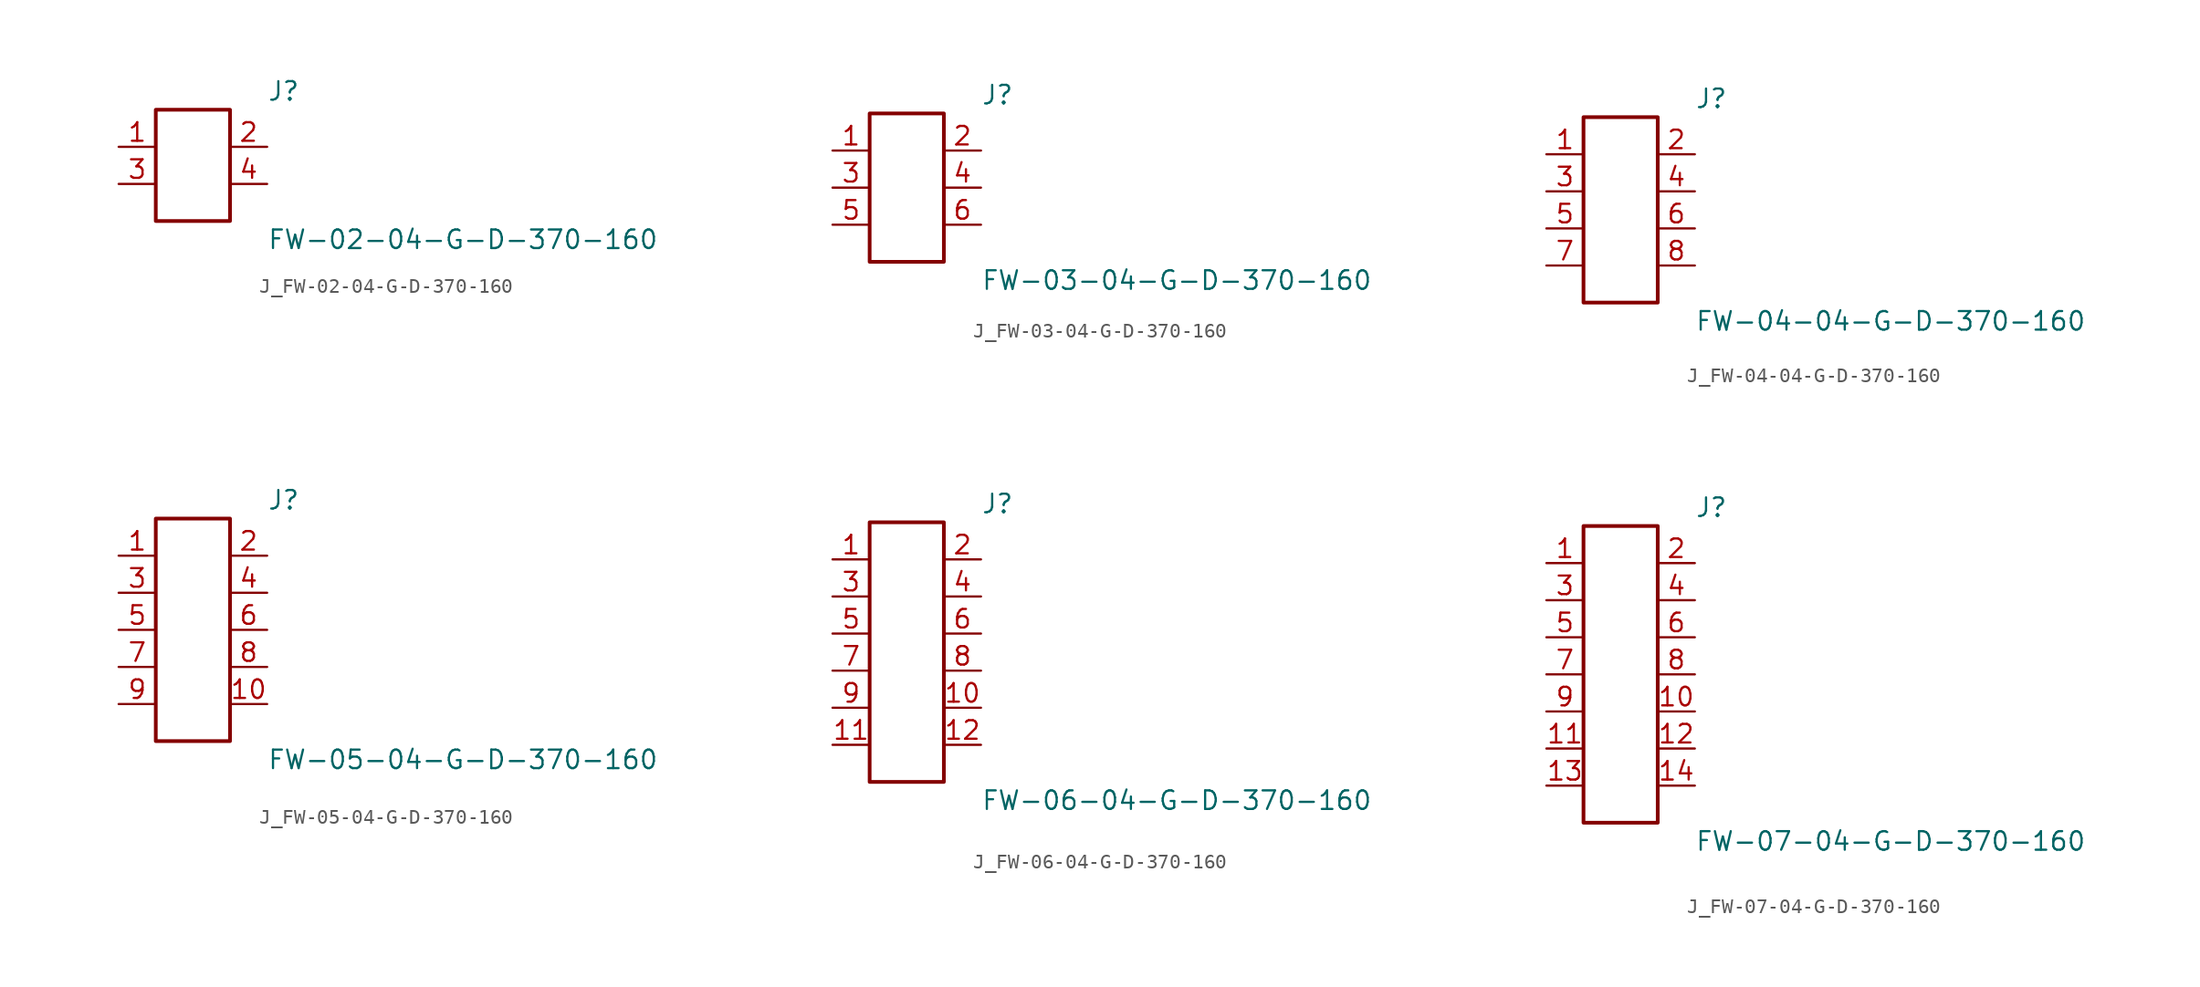
<source format=kicad_sym>
(kicad_symbol_lib
  (version 20231120)
  (generator kicad_symbol_editor)
  (generator_version 8.0)
  (symbol "J_FW-02-04-G-D-370-160"
    (pin_names
      (offset 0.254))
    (property "Reference" "J"
      (at 5.08 5.08 0)
      (effects (font (size 1.27 1.27)) (justify left)))
    (property "Value" "FW-02-04-G-D-370-160"
      (at 5.08 -5.08 0)
      (effects (font (size 1.27 1.27)) (justify left)))
    (symbol "J_FW-02-04-G-D-370-160_0_0"
      (pin unspecified line (at -5.08 1.27 0) (length 2.54) (name "" (effects (font (size 1.27 1.27)))) (number "1" (effects (font (size 1.27 1.27)))))
      (pin unspecified line (at 5.08 1.27 180) (length 2.54) (name "" (effects (font (size 1.27 1.27)))) (number "2" (effects (font (size 1.27 1.27)))))
      (pin unspecified line (at -5.08 -1.27 0) (length 2.54) (name "" (effects (font (size 1.27 1.27)))) (number "3" (effects (font (size 1.27 1.27)))))
      (pin unspecified line (at 5.08 -1.27 180) (length 2.54) (name "" (effects (font (size 1.27 1.27)))) (number "4" (effects (font (size 1.27 1.27))))))
    (symbol "J_FW-02-04-G-D-370-160_1_0"
      (rectangle (start -2.54 3.81) (end 2.54 -3.81) (stroke (width 0.254) (type solid)) (fill (type none)))))
  (symbol "J_FW-03-04-G-D-370-160"
    (pin_names
      (offset 0.254))
    (property "Reference" "J"
      (at 5.08 6.35 0)
      (effects (font (size 1.27 1.27)) (justify left)))
    (property "Value" "FW-03-04-G-D-370-160"
      (at 5.08 -6.35 0)
      (effects (font (size 1.27 1.27)) (justify left)))
    (symbol "J_FW-03-04-G-D-370-160_0_0"
      (pin unspecified line (at -5.08 2.54 0) (length 2.54) (name "" (effects (font (size 1.27 1.27)))) (number "1" (effects (font (size 1.27 1.27)))))
      (pin unspecified line (at 5.08 2.54 180) (length 2.54) (name "" (effects (font (size 1.27 1.27)))) (number "2" (effects (font (size 1.27 1.27)))))
      (pin unspecified line (at -5.08 0.0 0) (length 2.54) (name "" (effects (font (size 1.27 1.27)))) (number "3" (effects (font (size 1.27 1.27)))))
      (pin unspecified line (at 5.08 0.0 180) (length 2.54) (name "" (effects (font (size 1.27 1.27)))) (number "4" (effects (font (size 1.27 1.27)))))
      (pin unspecified line (at -5.08 -2.54 0) (length 2.54) (name "" (effects (font (size 1.27 1.27)))) (number "5" (effects (font (size 1.27 1.27)))))
      (pin unspecified line (at 5.08 -2.54 180) (length 2.54) (name "" (effects (font (size 1.27 1.27)))) (number "6" (effects (font (size 1.27 1.27))))))
    (symbol "J_FW-03-04-G-D-370-160_1_0"
      (rectangle (start -2.54 5.08) (end 2.54 -5.08) (stroke (width 0.254) (type solid)) (fill (type none)))))
  (symbol "J_FW-04-04-G-D-370-160"
    (pin_names
      (offset 0.254))
    (property "Reference" "J"
      (at 5.08 7.62 0)
      (effects (font (size 1.27 1.27)) (justify left)))
    (property "Value" "FW-04-04-G-D-370-160"
      (at 5.08 -7.62 0)
      (effects (font (size 1.27 1.27)) (justify left)))
    (symbol "J_FW-04-04-G-D-370-160_0_0"
      (pin unspecified line (at -5.08 3.81 0) (length 2.54) (name "" (effects (font (size 1.27 1.27)))) (number "1" (effects (font (size 1.27 1.27)))))
      (pin unspecified line (at 5.08 3.81 180) (length 2.54) (name "" (effects (font (size 1.27 1.27)))) (number "2" (effects (font (size 1.27 1.27)))))
      (pin unspecified line (at -5.08 1.27 0) (length 2.54) (name "" (effects (font (size 1.27 1.27)))) (number "3" (effects (font (size 1.27 1.27)))))
      (pin unspecified line (at 5.08 1.27 180) (length 2.54) (name "" (effects (font (size 1.27 1.27)))) (number "4" (effects (font (size 1.27 1.27)))))
      (pin unspecified line (at -5.08 -1.27 0) (length 2.54) (name "" (effects (font (size 1.27 1.27)))) (number "5" (effects (font (size 1.27 1.27)))))
      (pin unspecified line (at 5.08 -1.27 180) (length 2.54) (name "" (effects (font (size 1.27 1.27)))) (number "6" (effects (font (size 1.27 1.27)))))
      (pin unspecified line (at -5.08 -3.81 0) (length 2.54) (name "" (effects (font (size 1.27 1.27)))) (number "7" (effects (font (size 1.27 1.27)))))
      (pin unspecified line (at 5.08 -3.81 180) (length 2.54) (name "" (effects (font (size 1.27 1.27)))) (number "8" (effects (font (size 1.27 1.27))))))
    (symbol "J_FW-04-04-G-D-370-160_1_0"
      (rectangle (start -2.54 6.35) (end 2.54 -6.35) (stroke (width 0.254) (type solid)) (fill (type none)))))
  (symbol "J_FW-05-04-G-D-370-160"
    (pin_names
      (offset 0.254))
    (property "Reference" "J"
      (at 5.08 8.89 0)
      (effects (font (size 1.27 1.27)) (justify left)))
    (property "Value" "FW-05-04-G-D-370-160"
      (at 5.08 -8.89 0)
      (effects (font (size 1.27 1.27)) (justify left)))
    (symbol "J_FW-05-04-G-D-370-160_0_0"
      (pin unspecified line (at -5.08 5.08 0) (length 2.54) (name "" (effects (font (size 1.27 1.27)))) (number "1" (effects (font (size 1.27 1.27)))))
      (pin unspecified line (at 5.08 5.08 180) (length 2.54) (name "" (effects (font (size 1.27 1.27)))) (number "2" (effects (font (size 1.27 1.27)))))
      (pin unspecified line (at -5.08 2.54 0) (length 2.54) (name "" (effects (font (size 1.27 1.27)))) (number "3" (effects (font (size 1.27 1.27)))))
      (pin unspecified line (at 5.08 2.54 180) (length 2.54) (name "" (effects (font (size 1.27 1.27)))) (number "4" (effects (font (size 1.27 1.27)))))
      (pin unspecified line (at -5.08 0.0 0) (length 2.54) (name "" (effects (font (size 1.27 1.27)))) (number "5" (effects (font (size 1.27 1.27)))))
      (pin unspecified line (at 5.08 0.0 180) (length 2.54) (name "" (effects (font (size 1.27 1.27)))) (number "6" (effects (font (size 1.27 1.27)))))
      (pin unspecified line (at -5.08 -2.54 0) (length 2.54) (name "" (effects (font (size 1.27 1.27)))) (number "7" (effects (font (size 1.27 1.27)))))
      (pin unspecified line (at 5.08 -2.54 180) (length 2.54) (name "" (effects (font (size 1.27 1.27)))) (number "8" (effects (font (size 1.27 1.27)))))
      (pin unspecified line (at -5.08 -5.08 0) (length 2.54) (name "" (effects (font (size 1.27 1.27)))) (number "9" (effects (font (size 1.27 1.27)))))
      (pin unspecified line (at 5.08 -5.08 180) (length 2.54) (name "" (effects (font (size 1.27 1.27)))) (number "10" (effects (font (size 1.27 1.27))))))
    (symbol "J_FW-05-04-G-D-370-160_1_0"
      (rectangle (start -2.54 7.62) (end 2.54 -7.62) (stroke (width 0.254) (type solid)) (fill (type none)))))
  (symbol "J_FW-06-04-G-D-370-160"
    (pin_names
      (offset 0.254))
    (property "Reference" "J"
      (at 5.08 10.16 0)
      (effects (font (size 1.27 1.27)) (justify left)))
    (property "Value" "FW-06-04-G-D-370-160"
      (at 5.08 -10.16 0)
      (effects (font (size 1.27 1.27)) (justify left)))
    (symbol "J_FW-06-04-G-D-370-160_0_0"
      (pin unspecified line (at -5.08 6.35 0) (length 2.54) (name "" (effects (font (size 1.27 1.27)))) (number "1" (effects (font (size 1.27 1.27)))))
      (pin unspecified line (at 5.08 6.35 180) (length 2.54) (name "" (effects (font (size 1.27 1.27)))) (number "2" (effects (font (size 1.27 1.27)))))
      (pin unspecified line (at -5.08 3.81 0) (length 2.54) (name "" (effects (font (size 1.27 1.27)))) (number "3" (effects (font (size 1.27 1.27)))))
      (pin unspecified line (at 5.08 3.81 180) (length 2.54) (name "" (effects (font (size 1.27 1.27)))) (number "4" (effects (font (size 1.27 1.27)))))
      (pin unspecified line (at -5.08 1.27 0) (length 2.54) (name "" (effects (font (size 1.27 1.27)))) (number "5" (effects (font (size 1.27 1.27)))))
      (pin unspecified line (at 5.08 1.27 180) (length 2.54) (name "" (effects (font (size 1.27 1.27)))) (number "6" (effects (font (size 1.27 1.27)))))
      (pin unspecified line (at -5.08 -1.27 0) (length 2.54) (name "" (effects (font (size 1.27 1.27)))) (number "7" (effects (font (size 1.27 1.27)))))
      (pin unspecified line (at 5.08 -1.27 180) (length 2.54) (name "" (effects (font (size 1.27 1.27)))) (number "8" (effects (font (size 1.27 1.27)))))
      (pin unspecified line (at -5.08 -3.81 0) (length 2.54) (name "" (effects (font (size 1.27 1.27)))) (number "9" (effects (font (size 1.27 1.27)))))
      (pin unspecified line (at 5.08 -3.81 180) (length 2.54) (name "" (effects (font (size 1.27 1.27)))) (number "10" (effects (font (size 1.27 1.27)))))
      (pin unspecified line (at -5.08 -6.35 0) (length 2.54) (name "" (effects (font (size 1.27 1.27)))) (number "11" (effects (font (size 1.27 1.27)))))
      (pin unspecified line (at 5.08 -6.35 180) (length 2.54) (name "" (effects (font (size 1.27 1.27)))) (number "12" (effects (font (size 1.27 1.27))))))
    (symbol "J_FW-06-04-G-D-370-160_1_0"
      (rectangle (start -2.54 8.89) (end 2.54 -8.89) (stroke (width 0.254) (type solid)) (fill (type none)))))
  (symbol "J_FW-07-04-G-D-370-160"
    (pin_names
      (offset 0.254))
    (property "Reference" "J"
      (at 5.08 11.43 0)
      (effects (font (size 1.27 1.27)) (justify left)))
    (property "Value" "FW-07-04-G-D-370-160"
      (at 5.08 -11.43 0)
      (effects (font (size 1.27 1.27)) (justify left)))
    (symbol "J_FW-07-04-G-D-370-160_0_0"
      (pin unspecified line (at -5.08 7.62 0) (length 2.54) (name "" (effects (font (size 1.27 1.27)))) (number "1" (effects (font (size 1.27 1.27)))))
      (pin unspecified line (at 5.08 7.62 180) (length 2.54) (name "" (effects (font (size 1.27 1.27)))) (number "2" (effects (font (size 1.27 1.27)))))
      (pin unspecified line (at -5.08 5.08 0) (length 2.54) (name "" (effects (font (size 1.27 1.27)))) (number "3" (effects (font (size 1.27 1.27)))))
      (pin unspecified line (at 5.08 5.08 180) (length 2.54) (name "" (effects (font (size 1.27 1.27)))) (number "4" (effects (font (size 1.27 1.27)))))
      (pin unspecified line (at -5.08 2.54 0) (length 2.54) (name "" (effects (font (size 1.27 1.27)))) (number "5" (effects (font (size 1.27 1.27)))))
      (pin unspecified line (at 5.08 2.54 180) (length 2.54) (name "" (effects (font (size 1.27 1.27)))) (number "6" (effects (font (size 1.27 1.27)))))
      (pin unspecified line (at -5.08 0.0 0) (length 2.54) (name "" (effects (font (size 1.27 1.27)))) (number "7" (effects (font (size 1.27 1.27)))))
      (pin unspecified line (at 5.08 0.0 180) (length 2.54) (name "" (effects (font (size 1.27 1.27)))) (number "8" (effects (font (size 1.27 1.27)))))
      (pin unspecified line (at -5.08 -2.54 0) (length 2.54) (name "" (effects (font (size 1.27 1.27)))) (number "9" (effects (font (size 1.27 1.27)))))
      (pin unspecified line (at 5.08 -2.54 180) (length 2.54) (name "" (effects (font (size 1.27 1.27)))) (number "10" (effects (font (size 1.27 1.27)))))
      (pin unspecified line (at -5.08 -5.08 0) (length 2.54) (name "" (effects (font (size 1.27 1.27)))) (number "11" (effects (font (size 1.27 1.27)))))
      (pin unspecified line (at 5.08 -5.08 180) (length 2.54) (name "" (effects (font (size 1.27 1.27)))) (number "12" (effects (font (size 1.27 1.27)))))
      (pin unspecified line (at -5.08 -7.62 0) (length 2.54) (name "" (effects (font (size 1.27 1.27)))) (number "13" (effects (font (size 1.27 1.27)))))
      (pin unspecified line (at 5.08 -7.62 180) (length 2.54) (name "" (effects (font (size 1.27 1.27)))) (number "14" (effects (font (size 1.27 1.27))))))
    (symbol "J_FW-07-04-G-D-370-160_1_0"
      (rectangle (start -2.54 10.16) (end 2.54 -10.16) (stroke (width 0.254) (type solid)) (fill (type none))))))
</source>
